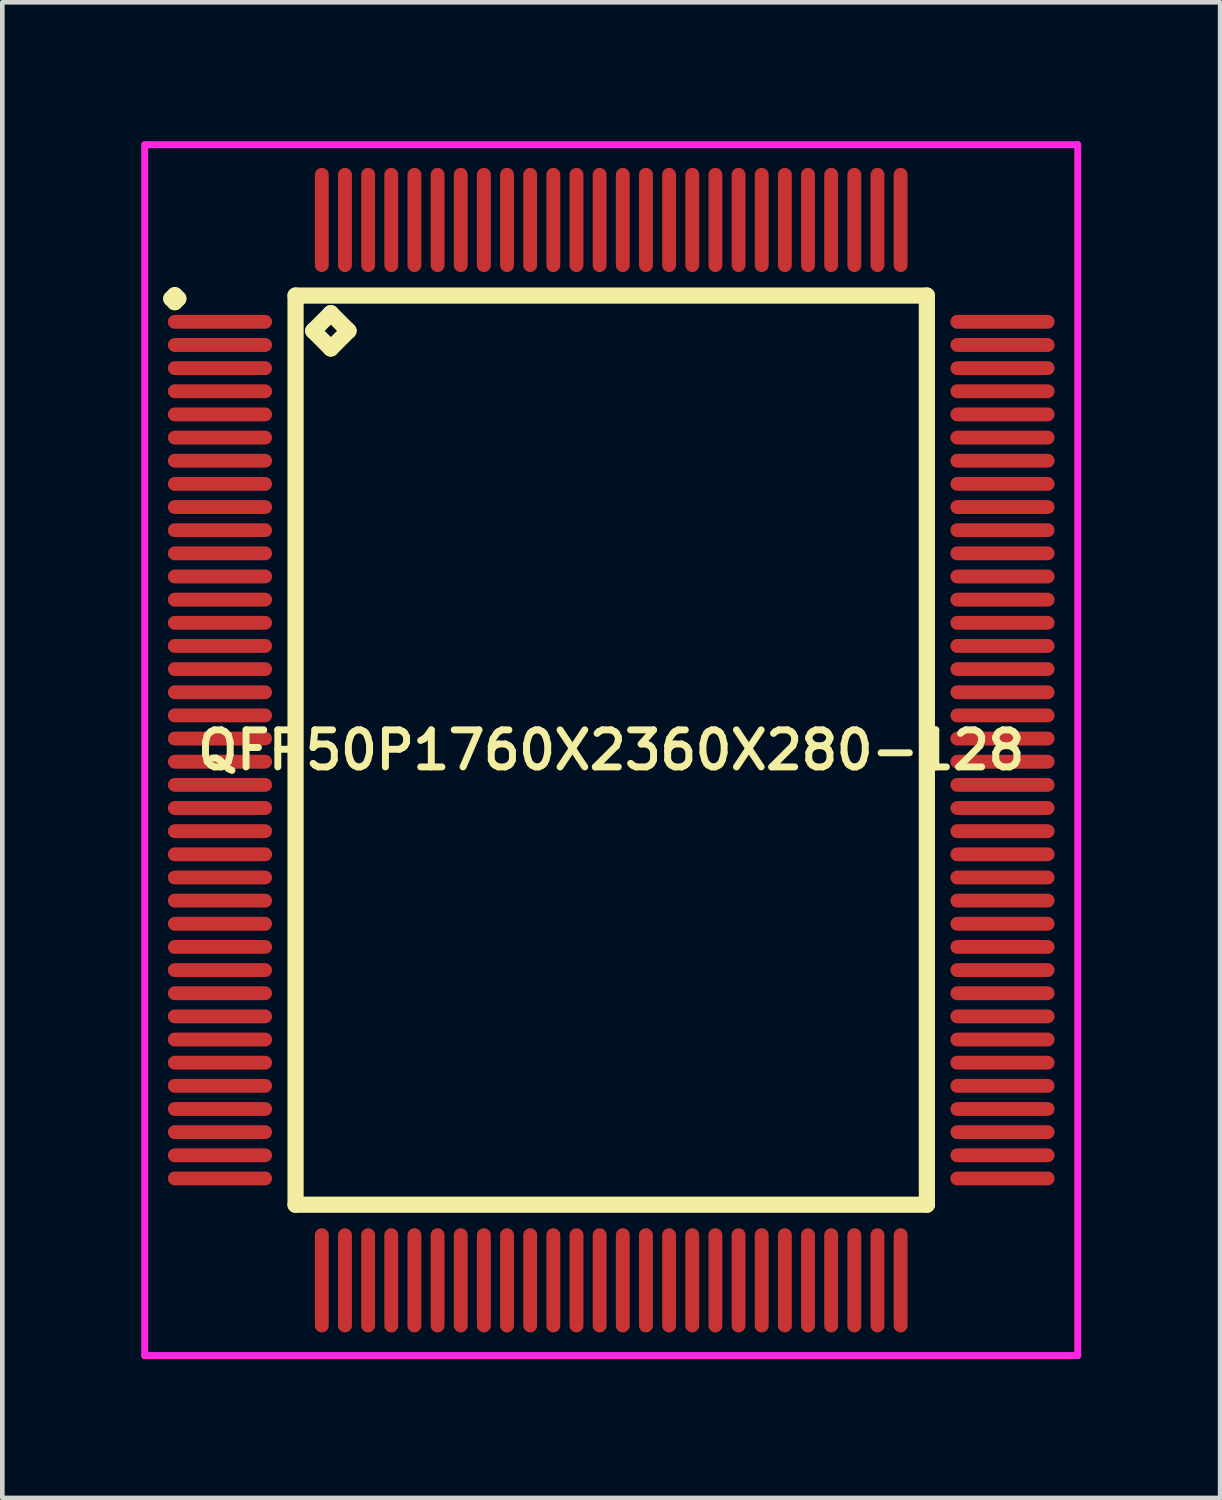
<source format=kicad_pcb>
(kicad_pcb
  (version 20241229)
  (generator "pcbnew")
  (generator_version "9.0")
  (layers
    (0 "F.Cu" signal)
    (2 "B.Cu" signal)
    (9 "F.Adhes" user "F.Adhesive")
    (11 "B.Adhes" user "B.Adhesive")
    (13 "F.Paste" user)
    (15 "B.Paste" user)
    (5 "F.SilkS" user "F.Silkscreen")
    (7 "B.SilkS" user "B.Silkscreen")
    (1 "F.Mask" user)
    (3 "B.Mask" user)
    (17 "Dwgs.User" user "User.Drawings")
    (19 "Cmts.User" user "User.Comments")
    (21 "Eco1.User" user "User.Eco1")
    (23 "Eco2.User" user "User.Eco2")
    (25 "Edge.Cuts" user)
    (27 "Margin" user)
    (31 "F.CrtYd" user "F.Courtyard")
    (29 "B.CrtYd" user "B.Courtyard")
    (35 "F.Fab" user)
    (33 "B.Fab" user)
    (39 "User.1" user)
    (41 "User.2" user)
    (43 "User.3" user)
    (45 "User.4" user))
  (footprint "QFP50P1760X2360X280-128"
    (layer "F.Cu")
    (at 10.15 13.15)
    (property "Reference" "QFP50P1760X2360X280-128" (at 0 0 0) (layer "F.SilkS") (effects (font (size 0.8 0.8) (thickness 0.15))))
    (attr smd)
    (fp_line (start -9.5 -9.75) (end -9.425 -9.825) (stroke (width 0.35) (type solid)) (layer "F.SilkS"))
    (fp_line (start -9.425 -9.825) (end -9.35 -9.75) (stroke (width 0.35) (type solid)) (layer "F.SilkS"))
    (fp_line (start -9.425 -9.675) (end -9.5 -9.75) (stroke (width 0.35) (type solid)) (layer "F.SilkS"))
    (fp_line (start -9.35 -9.75) (end -9.425 -9.675) (stroke (width 0.35) (type solid)) (layer "F.SilkS"))
    (fp_line (start -6.817 -9.817) (end -6.817 9.817) (stroke (width 0.35) (type solid)) (layer "F.SilkS"))
    (fp_line (start -6.817 9.817) (end 6.817 9.817) (stroke (width 0.35) (type solid)) (layer "F.SilkS"))
    (fp_line (start -6.436 -9.055) (end -6.055 -9.436) (stroke (width 0.35) (type solid)) (layer "F.SilkS"))
    (fp_line (start -6.055 -9.436) (end -5.674 -9.055) (stroke (width 0.35) (type solid)) (layer "F.SilkS"))
    (fp_line (start -6.055 -8.674) (end -6.436 -9.055) (stroke (width 0.35) (type solid)) (layer "F.SilkS"))
    (fp_line (start -5.674 -9.055) (end -6.055 -8.674) (stroke (width 0.35) (type solid)) (layer "F.SilkS"))
    (fp_line (start 6.817 -9.817) (end -6.817 -9.817) (stroke (width 0.35) (type solid)) (layer "F.SilkS"))
    (fp_line (start 6.817 9.817) (end 6.817 -9.817) (stroke (width 0.35) (type solid)) (layer "F.SilkS"))
    (fp_line (start -10.075 -13.075) (end 10.075 -13.075) (stroke (width 0.15) (type solid)) (layer "F.CrtYd"))
    (fp_line (start -10.075 13.075) (end -10.075 -13.075) (stroke (width 0.15) (type solid)) (layer "F.CrtYd"))
    (fp_line (start 10.075 -13.075) (end 10.075 13.075) (stroke (width 0.15) (type solid)) (layer "F.CrtYd"))
    (fp_line (start 10.075 13.075) (end -10.075 13.075) (stroke (width 0.15) (type solid)) (layer "F.CrtYd"))
    (pad "1" smd oval (at -8.45 -9.25) (size 2.25 0.3) (layers "F.Cu" "F.Mask" "F.Paste"))
    (pad "2" smd oval (at -8.45 -8.75) (size 2.25 0.3) (layers "F.Cu" "F.Mask" "F.Paste"))
    (pad "3" smd oval (at -8.45 -8.25) (size 2.25 0.3) (layers "F.Cu" "F.Mask" "F.Paste"))
    (pad "4" smd oval (at -8.45 -7.75) (size 2.25 0.3) (layers "F.Cu" "F.Mask" "F.Paste"))
    (pad "5" smd oval (at -8.45 -7.25) (size 2.25 0.3) (layers "F.Cu" "F.Mask" "F.Paste"))
    (pad "6" smd oval (at -8.45 -6.75) (size 2.25 0.3) (layers "F.Cu" "F.Mask" "F.Paste"))
    (pad "7" smd oval (at -8.45 -6.25) (size 2.25 0.3) (layers "F.Cu" "F.Mask" "F.Paste"))
    (pad "8" smd oval (at -8.45 -5.75) (size 2.25 0.3) (layers "F.Cu" "F.Mask" "F.Paste"))
    (pad "9" smd oval (at -8.45 -5.25) (size 2.25 0.3) (layers "F.Cu" "F.Mask" "F.Paste"))
    (pad "10" smd oval (at -8.45 -4.75) (size 2.25 0.3) (layers "F.Cu" "F.Mask" "F.Paste"))
    (pad "11" smd oval (at -8.45 -4.25) (size 2.25 0.3) (layers "F.Cu" "F.Mask" "F.Paste"))
    (pad "12" smd oval (at -8.45 -3.75) (size 2.25 0.3) (layers "F.Cu" "F.Mask" "F.Paste"))
    (pad "13" smd oval (at -8.45 -3.25) (size 2.25 0.3) (layers "F.Cu" "F.Mask" "F.Paste"))
    (pad "14" smd oval (at -8.45 -2.75) (size 2.25 0.3) (layers "F.Cu" "F.Mask" "F.Paste"))
    (pad "15" smd oval (at -8.45 -2.25) (size 2.25 0.3) (layers "F.Cu" "F.Mask" "F.Paste"))
    (pad "16" smd oval (at -8.45 -1.75) (size 2.25 0.3) (layers "F.Cu" "F.Mask" "F.Paste"))
    (pad "17" smd oval (at -8.45 -1.25) (size 2.25 0.3) (layers "F.Cu" "F.Mask" "F.Paste"))
    (pad "18" smd oval (at -8.45 -0.75) (size 2.25 0.3) (layers "F.Cu" "F.Mask" "F.Paste"))
    (pad "19" smd oval (at -8.45 -0.25) (size 2.25 0.3) (layers "F.Cu" "F.Mask" "F.Paste"))
    (pad "20" smd oval (at -8.45 0.25) (size 2.25 0.3) (layers "F.Cu" "F.Mask" "F.Paste"))
    (pad "21" smd oval (at -8.45 0.75) (size 2.25 0.3) (layers "F.Cu" "F.Mask" "F.Paste"))
    (pad "22" smd oval (at -8.45 1.25) (size 2.25 0.3) (layers "F.Cu" "F.Mask" "F.Paste"))
    (pad "23" smd oval (at -8.45 1.75) (size 2.25 0.3) (layers "F.Cu" "F.Mask" "F.Paste"))
    (pad "24" smd oval (at -8.45 2.25) (size 2.25 0.3) (layers "F.Cu" "F.Mask" "F.Paste"))
    (pad "25" smd oval (at -8.45 2.75) (size 2.25 0.3) (layers "F.Cu" "F.Mask" "F.Paste"))
    (pad "26" smd oval (at -8.45 3.25) (size 2.25 0.3) (layers "F.Cu" "F.Mask" "F.Paste"))
    (pad "27" smd oval (at -8.45 3.75) (size 2.25 0.3) (layers "F.Cu" "F.Mask" "F.Paste"))
    (pad "28" smd oval (at -8.45 4.25) (size 2.25 0.3) (layers "F.Cu" "F.Mask" "F.Paste"))
    (pad "29" smd oval (at -8.45 4.75) (size 2.25 0.3) (layers "F.Cu" "F.Mask" "F.Paste"))
    (pad "30" smd oval (at -8.45 5.25) (size 2.25 0.3) (layers "F.Cu" "F.Mask" "F.Paste"))
    (pad "31" smd oval (at -8.45 5.75) (size 2.25 0.3) (layers "F.Cu" "F.Mask" "F.Paste"))
    (pad "32" smd oval (at -8.45 6.25) (size 2.25 0.3) (layers "F.Cu" "F.Mask" "F.Paste"))
    (pad "33" smd oval (at -8.45 6.75) (size 2.25 0.3) (layers "F.Cu" "F.Mask" "F.Paste"))
    (pad "34" smd oval (at -8.45 7.25) (size 2.25 0.3) (layers "F.Cu" "F.Mask" "F.Paste"))
    (pad "35" smd oval (at -8.45 7.75) (size 2.25 0.3) (layers "F.Cu" "F.Mask" "F.Paste"))
    (pad "36" smd oval (at -8.45 8.25) (size 2.25 0.3) (layers "F.Cu" "F.Mask" "F.Paste"))
    (pad "37" smd oval (at -8.45 8.75) (size 2.25 0.3) (layers "F.Cu" "F.Mask" "F.Paste"))
    (pad "38" smd oval (at -8.45 9.25) (size 2.25 0.3) (layers "F.Cu" "F.Mask" "F.Paste"))
    (pad "39" smd oval (at -6.25 11.45) (size 0.3 2.25) (layers "F.Cu" "F.Mask" "F.Paste"))
    (pad "40" smd oval (at -5.75 11.45) (size 0.3 2.25) (layers "F.Cu" "F.Mask" "F.Paste"))
    (pad "41" smd oval (at -5.25 11.45) (size 0.3 2.25) (layers "F.Cu" "F.Mask" "F.Paste"))
    (pad "42" smd oval (at -4.75 11.45) (size 0.3 2.25) (layers "F.Cu" "F.Mask" "F.Paste"))
    (pad "43" smd oval (at -4.25 11.45) (size 0.3 2.25) (layers "F.Cu" "F.Mask" "F.Paste"))
    (pad "44" smd oval (at -3.75 11.45) (size 0.3 2.25) (layers "F.Cu" "F.Mask" "F.Paste"))
    (pad "45" smd oval (at -3.25 11.45) (size 0.3 2.25) (layers "F.Cu" "F.Mask" "F.Paste"))
    (pad "46" smd oval (at -2.75 11.45) (size 0.3 2.25) (layers "F.Cu" "F.Mask" "F.Paste"))
    (pad "47" smd oval (at -2.25 11.45) (size 0.3 2.25) (layers "F.Cu" "F.Mask" "F.Paste"))
    (pad "48" smd oval (at -1.75 11.45) (size 0.3 2.25) (layers "F.Cu" "F.Mask" "F.Paste"))
    (pad "49" smd oval (at -1.25 11.45) (size 0.3 2.25) (layers "F.Cu" "F.Mask" "F.Paste"))
    (pad "50" smd oval (at -0.75 11.45) (size 0.3 2.25) (layers "F.Cu" "F.Mask" "F.Paste"))
    (pad "51" smd oval (at -0.25 11.45) (size 0.3 2.25) (layers "F.Cu" "F.Mask" "F.Paste"))
    (pad "52" smd oval (at 0.25 11.45) (size 0.3 2.25) (layers "F.Cu" "F.Mask" "F.Paste"))
    (pad "53" smd oval (at 0.75 11.45) (size 0.3 2.25) (layers "F.Cu" "F.Mask" "F.Paste"))
    (pad "54" smd oval (at 1.25 11.45) (size 0.3 2.25) (layers "F.Cu" "F.Mask" "F.Paste"))
    (pad "55" smd oval (at 1.75 11.45) (size 0.3 2.25) (layers "F.Cu" "F.Mask" "F.Paste"))
    (pad "56" smd oval (at 2.25 11.45) (size 0.3 2.25) (layers "F.Cu" "F.Mask" "F.Paste"))
    (pad "57" smd oval (at 2.75 11.45) (size 0.3 2.25) (layers "F.Cu" "F.Mask" "F.Paste"))
    (pad "58" smd oval (at 3.25 11.45) (size 0.3 2.25) (layers "F.Cu" "F.Mask" "F.Paste"))
    (pad "59" smd oval (at 3.75 11.45) (size 0.3 2.25) (layers "F.Cu" "F.Mask" "F.Paste"))
    (pad "60" smd oval (at 4.25 11.45) (size 0.3 2.25) (layers "F.Cu" "F.Mask" "F.Paste"))
    (pad "61" smd oval (at 4.75 11.45) (size 0.3 2.25) (layers "F.Cu" "F.Mask" "F.Paste"))
    (pad "62" smd oval (at 5.25 11.45) (size 0.3 2.25) (layers "F.Cu" "F.Mask" "F.Paste"))
    (pad "63" smd oval (at 5.75 11.45) (size 0.3 2.25) (layers "F.Cu" "F.Mask" "F.Paste"))
    (pad "64" smd oval (at 6.25 11.45) (size 0.3 2.25) (layers "F.Cu" "F.Mask" "F.Paste"))
    (pad "65" smd oval (at 8.45 9.25) (size 2.25 0.3) (layers "F.Cu" "F.Mask" "F.Paste"))
    (pad "66" smd oval (at 8.45 8.75) (size 2.25 0.3) (layers "F.Cu" "F.Mask" "F.Paste"))
    (pad "67" smd oval (at 8.45 8.25) (size 2.25 0.3) (layers "F.Cu" "F.Mask" "F.Paste"))
    (pad "68" smd oval (at 8.45 7.75) (size 2.25 0.3) (layers "F.Cu" "F.Mask" "F.Paste"))
    (pad "69" smd oval (at 8.45 7.25) (size 2.25 0.3) (layers "F.Cu" "F.Mask" "F.Paste"))
    (pad "70" smd oval (at 8.45 6.75) (size 2.25 0.3) (layers "F.Cu" "F.Mask" "F.Paste"))
    (pad "71" smd oval (at 8.45 6.25) (size 2.25 0.3) (layers "F.Cu" "F.Mask" "F.Paste"))
    (pad "72" smd oval (at 8.45 5.75) (size 2.25 0.3) (layers "F.Cu" "F.Mask" "F.Paste"))
    (pad "73" smd oval (at 8.45 5.25) (size 2.25 0.3) (layers "F.Cu" "F.Mask" "F.Paste"))
    (pad "74" smd oval (at 8.45 4.75) (size 2.25 0.3) (layers "F.Cu" "F.Mask" "F.Paste"))
    (pad "75" smd oval (at 8.45 4.25) (size 2.25 0.3) (layers "F.Cu" "F.Mask" "F.Paste"))
    (pad "76" smd oval (at 8.45 3.75) (size 2.25 0.3) (layers "F.Cu" "F.Mask" "F.Paste"))
    (pad "77" smd oval (at 8.45 3.25) (size 2.25 0.3) (layers "F.Cu" "F.Mask" "F.Paste"))
    (pad "78" smd oval (at 8.45 2.75) (size 2.25 0.3) (layers "F.Cu" "F.Mask" "F.Paste"))
    (pad "79" smd oval (at 8.45 2.25) (size 2.25 0.3) (layers "F.Cu" "F.Mask" "F.Paste"))
    (pad "80" smd oval (at 8.45 1.75) (size 2.25 0.3) (layers "F.Cu" "F.Mask" "F.Paste"))
    (pad "81" smd oval (at 8.45 1.25) (size 2.25 0.3) (layers "F.Cu" "F.Mask" "F.Paste"))
    (pad "82" smd oval (at 8.45 0.75) (size 2.25 0.3) (layers "F.Cu" "F.Mask" "F.Paste"))
    (pad "83" smd oval (at 8.45 0.25) (size 2.25 0.3) (layers "F.Cu" "F.Mask" "F.Paste"))
    (pad "84" smd oval (at 8.45 -0.25) (size 2.25 0.3) (layers "F.Cu" "F.Mask" "F.Paste"))
    (pad "85" smd oval (at 8.45 -0.75) (size 2.25 0.3) (layers "F.Cu" "F.Mask" "F.Paste"))
    (pad "86" smd oval (at 8.45 -1.25) (size 2.25 0.3) (layers "F.Cu" "F.Mask" "F.Paste"))
    (pad "87" smd oval (at 8.45 -1.75) (size 2.25 0.3) (layers "F.Cu" "F.Mask" "F.Paste"))
    (pad "88" smd oval (at 8.45 -2.25) (size 2.25 0.3) (layers "F.Cu" "F.Mask" "F.Paste"))
    (pad "89" smd oval (at 8.45 -2.75) (size 2.25 0.3) (layers "F.Cu" "F.Mask" "F.Paste"))
    (pad "90" smd oval (at 8.45 -3.25) (size 2.25 0.3) (layers "F.Cu" "F.Mask" "F.Paste"))
    (pad "91" smd oval (at 8.45 -3.75) (size 2.25 0.3) (layers "F.Cu" "F.Mask" "F.Paste"))
    (pad "92" smd oval (at 8.45 -4.25) (size 2.25 0.3) (layers "F.Cu" "F.Mask" "F.Paste"))
    (pad "93" smd oval (at 8.45 -4.75) (size 2.25 0.3) (layers "F.Cu" "F.Mask" "F.Paste"))
    (pad "94" smd oval (at 8.45 -5.25) (size 2.25 0.3) (layers "F.Cu" "F.Mask" "F.Paste"))
    (pad "95" smd oval (at 8.45 -5.75) (size 2.25 0.3) (layers "F.Cu" "F.Mask" "F.Paste"))
    (pad "96" smd oval (at 8.45 -6.25) (size 2.25 0.3) (layers "F.Cu" "F.Mask" "F.Paste"))
    (pad "97" smd oval (at 8.45 -6.75) (size 2.25 0.3) (layers "F.Cu" "F.Mask" "F.Paste"))
    (pad "98" smd oval (at 8.45 -7.25) (size 2.25 0.3) (layers "F.Cu" "F.Mask" "F.Paste"))
    (pad "99" smd oval (at 8.45 -7.75) (size 2.25 0.3) (layers "F.Cu" "F.Mask" "F.Paste"))
    (pad "100" smd oval (at 8.45 -8.25) (size 2.25 0.3) (layers "F.Cu" "F.Mask" "F.Paste"))
    (pad "101" smd oval (at 8.45 -8.75) (size 2.25 0.3) (layers "F.Cu" "F.Mask" "F.Paste"))
    (pad "102" smd oval (at 8.45 -9.25) (size 2.25 0.3) (layers "F.Cu" "F.Mask" "F.Paste"))
    (pad "103" smd oval (at 6.25 -11.45) (size 0.3 2.25) (layers "F.Cu" "F.Mask" "F.Paste"))
    (pad "104" smd oval (at 5.75 -11.45) (size 0.3 2.25) (layers "F.Cu" "F.Mask" "F.Paste"))
    (pad "105" smd oval (at 5.25 -11.45) (size 0.3 2.25) (layers "F.Cu" "F.Mask" "F.Paste"))
    (pad "106" smd oval (at 4.75 -11.45) (size 0.3 2.25) (layers "F.Cu" "F.Mask" "F.Paste"))
    (pad "107" smd oval (at 4.25 -11.45) (size 0.3 2.25) (layers "F.Cu" "F.Mask" "F.Paste"))
    (pad "108" smd oval (at 3.75 -11.45) (size 0.3 2.25) (layers "F.Cu" "F.Mask" "F.Paste"))
    (pad "109" smd oval (at 3.25 -11.45) (size 0.3 2.25) (layers "F.Cu" "F.Mask" "F.Paste"))
    (pad "110" smd oval (at 2.75 -11.45) (size 0.3 2.25) (layers "F.Cu" "F.Mask" "F.Paste"))
    (pad "111" smd oval (at 2.25 -11.45) (size 0.3 2.25) (layers "F.Cu" "F.Mask" "F.Paste"))
    (pad "112" smd oval (at 1.75 -11.45) (size 0.3 2.25) (layers "F.Cu" "F.Mask" "F.Paste"))
    (pad "113" smd oval (at 1.25 -11.45) (size 0.3 2.25) (layers "F.Cu" "F.Mask" "F.Paste"))
    (pad "114" smd oval (at 0.75 -11.45) (size 0.3 2.25) (layers "F.Cu" "F.Mask" "F.Paste"))
    (pad "115" smd oval (at 0.25 -11.45) (size 0.3 2.25) (layers "F.Cu" "F.Mask" "F.Paste"))
    (pad "116" smd oval (at -0.25 -11.45) (size 0.3 2.25) (layers "F.Cu" "F.Mask" "F.Paste"))
    (pad "117" smd oval (at -0.75 -11.45) (size 0.3 2.25) (layers "F.Cu" "F.Mask" "F.Paste"))
    (pad "118" smd oval (at -1.25 -11.45) (size 0.3 2.25) (layers "F.Cu" "F.Mask" "F.Paste"))
    (pad "119" smd oval (at -1.75 -11.45) (size 0.3 2.25) (layers "F.Cu" "F.Mask" "F.Paste"))
    (pad "120" smd oval (at -2.25 -11.45) (size 0.3 2.25) (layers "F.Cu" "F.Mask" "F.Paste"))
    (pad "121" smd oval (at -2.75 -11.45) (size 0.3 2.25) (layers "F.Cu" "F.Mask" "F.Paste"))
    (pad "122" smd oval (at -3.25 -11.45) (size 0.3 2.25) (layers "F.Cu" "F.Mask" "F.Paste"))
    (pad "123" smd oval (at -3.75 -11.45) (size 0.3 2.25) (layers "F.Cu" "F.Mask" "F.Paste"))
    (pad "124" smd oval (at -4.25 -11.45) (size 0.3 2.25) (layers "F.Cu" "F.Mask" "F.Paste"))
    (pad "125" smd oval (at -4.75 -11.45) (size 0.3 2.25) (layers "F.Cu" "F.Mask" "F.Paste"))
    (pad "126" smd oval (at -5.25 -11.45) (size 0.3 2.25) (layers "F.Cu" "F.Mask" "F.Paste"))
    (pad "127" smd oval (at -5.75 -11.45) (size 0.3 2.25) (layers "F.Cu" "F.Mask" "F.Paste"))
    (pad "128" smd oval (at -6.25 -11.45) (size 0.3 2.25) (layers "F.Cu" "F.Mask" "F.Paste")))
  (gr_rect
    (start -3 -3)
    (end 23.3 29.3)
    (stroke (width 0.1) (type default))
    (fill no)
    (layer "Edge.Cuts")))
</source>
